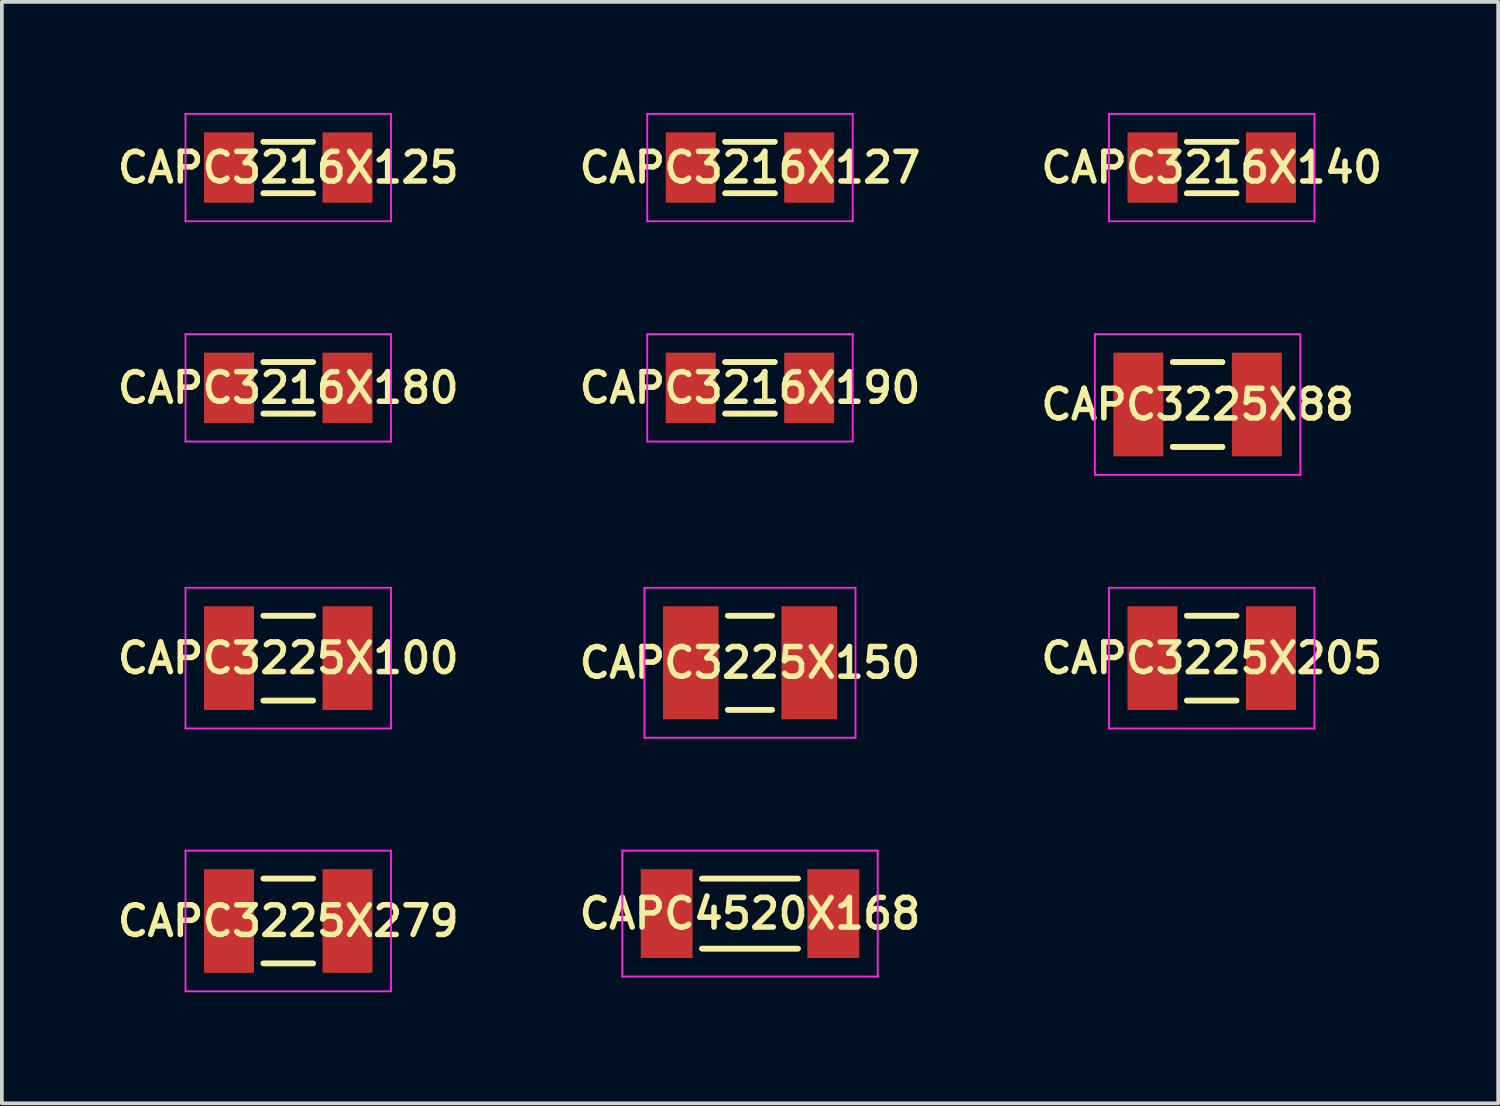
<source format=kicad_pcb>
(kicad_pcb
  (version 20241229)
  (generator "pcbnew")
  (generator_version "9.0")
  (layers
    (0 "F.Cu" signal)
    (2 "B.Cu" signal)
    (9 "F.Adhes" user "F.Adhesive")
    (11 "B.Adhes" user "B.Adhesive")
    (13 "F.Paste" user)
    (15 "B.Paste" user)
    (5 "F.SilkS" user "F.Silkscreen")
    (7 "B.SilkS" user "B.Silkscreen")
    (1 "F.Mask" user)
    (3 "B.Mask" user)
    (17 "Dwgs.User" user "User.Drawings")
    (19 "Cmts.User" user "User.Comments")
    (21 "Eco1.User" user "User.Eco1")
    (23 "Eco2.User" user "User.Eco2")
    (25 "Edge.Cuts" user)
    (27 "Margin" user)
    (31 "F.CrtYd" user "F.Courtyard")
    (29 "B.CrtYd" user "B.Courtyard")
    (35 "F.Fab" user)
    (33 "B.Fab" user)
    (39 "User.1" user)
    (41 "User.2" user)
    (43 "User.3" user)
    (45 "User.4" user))
  (footprint "CAPC3216X127"
    (layer "F.Cu")
    (at 17.206 1.475)
    (property "Reference" "CAPC3216X127" (at 0 0 0) (layer "F.SilkS") (effects (font (size 0.8 0.8) (thickness 0.15))))
    (attr smd)
    (fp_line (start -0.671 -0.696) (end 0.671 -0.696) (stroke (width 0.15) (type solid)) (layer "F.SilkS"))
    (fp_line (start -0.671 0.696) (end 0.671 0.696) (stroke (width 0.15) (type solid)) (layer "F.SilkS"))
    (fp_line (start 0.671 -0.696) (end -0.671 -0.696) (stroke (width 0.15) (type solid)) (layer "F.SilkS"))
    (fp_line (start 0.671 0.696) (end -0.671 0.696) (stroke (width 0.15) (type solid)) (layer "F.SilkS"))
    (fp_line (start -2.775 -1.45) (end 2.775 -1.45) (stroke (width 0.05) (type solid)) (layer "F.CrtYd"))
    (fp_line (start -2.775 1.45) (end -2.775 -1.45) (stroke (width 0.05) (type solid)) (layer "F.CrtYd"))
    (fp_line (start 2.775 -1.45) (end 2.775 1.45) (stroke (width 0.05) (type solid)) (layer "F.CrtYd"))
    (fp_line (start 2.775 1.45) (end -2.775 1.45) (stroke (width 0.05) (type solid)) (layer "F.CrtYd"))
    (pad "1" smd rect (at -1.6 0) (size 1.35 1.9) (layers "F.Cu" "F.Mask" "F.Paste"))
    (pad "2" smd rect (at 1.6 0) (size 1.35 1.9) (layers "F.Cu" "F.Mask" "F.Paste")))
  (footprint "CAPC3216X190"
    (layer "F.Cu")
    (at 17.206 7.425)
    (property "Reference" "CAPC3216X190" (at 0 0 0) (layer "F.SilkS") (effects (font (size 0.8 0.8) (thickness 0.15))))
    (attr smd)
    (fp_line (start -0.671 -0.696) (end 0.671 -0.696) (stroke (width 0.15) (type solid)) (layer "F.SilkS"))
    (fp_line (start -0.671 0.696) (end 0.671 0.696) (stroke (width 0.15) (type solid)) (layer "F.SilkS"))
    (fp_line (start 0.671 -0.696) (end -0.671 -0.696) (stroke (width 0.15) (type solid)) (layer "F.SilkS"))
    (fp_line (start 0.671 0.696) (end -0.671 0.696) (stroke (width 0.15) (type solid)) (layer "F.SilkS"))
    (fp_line (start -2.775 -1.45) (end 2.775 -1.45) (stroke (width 0.05) (type solid)) (layer "F.CrtYd"))
    (fp_line (start -2.775 1.45) (end -2.775 -1.45) (stroke (width 0.05) (type solid)) (layer "F.CrtYd"))
    (fp_line (start 2.775 -1.45) (end 2.775 1.45) (stroke (width 0.05) (type solid)) (layer "F.CrtYd"))
    (fp_line (start 2.775 1.45) (end -2.775 1.45) (stroke (width 0.05) (type solid)) (layer "F.CrtYd"))
    (pad "1" smd rect (at -1.6 0) (size 1.35 1.9) (layers "F.Cu" "F.Mask" "F.Paste"))
    (pad "2" smd rect (at 1.6 0) (size 1.35 1.9) (layers "F.Cu" "F.Mask" "F.Paste")))
  (footprint "CAPC3225X205"
    (layer "F.Cu")
    (at 29.677 14.725)
    (property "Reference" "CAPC3225X205" (at 0 0 0) (layer "F.SilkS") (effects (font (size 0.8 0.8) (thickness 0.15))))
    (attr smd)
    (fp_line (start -0.671 -1.146) (end 0.671 -1.146) (stroke (width 0.15) (type solid)) (layer "F.SilkS"))
    (fp_line (start -0.671 1.146) (end 0.671 1.146) (stroke (width 0.15) (type solid)) (layer "F.SilkS"))
    (fp_line (start 0.671 -1.146) (end -0.671 -1.146) (stroke (width 0.15) (type solid)) (layer "F.SilkS"))
    (fp_line (start 0.671 1.146) (end -0.671 1.146) (stroke (width 0.15) (type solid)) (layer "F.SilkS"))
    (fp_line (start -2.775 -1.9) (end 2.775 -1.9) (stroke (width 0.05) (type solid)) (layer "F.CrtYd"))
    (fp_line (start -2.775 1.9) (end -2.775 -1.9) (stroke (width 0.05) (type solid)) (layer "F.CrtYd"))
    (fp_line (start 2.775 -1.9) (end 2.775 1.9) (stroke (width 0.05) (type solid)) (layer "F.CrtYd"))
    (fp_line (start 2.775 1.9) (end -2.775 1.9) (stroke (width 0.05) (type solid)) (layer "F.CrtYd"))
    (pad "1" smd rect (at -1.6 0) (size 1.35 2.8) (layers "F.Cu" "F.Mask" "F.Paste"))
    (pad "2" smd rect (at 1.6 0) (size 1.35 2.8) (layers "F.Cu" "F.Mask" "F.Paste")))
  (footprint "CAPC3216X180"
    (layer "F.Cu")
    (at 4.735 7.425)
    (property "Reference" "CAPC3216X180" (at 0 0 0) (layer "F.SilkS") (effects (font (size 0.8 0.8) (thickness 0.15))))
    (attr smd)
    (fp_line (start -0.671 -0.696) (end 0.671 -0.696) (stroke (width 0.15) (type solid)) (layer "F.SilkS"))
    (fp_line (start -0.671 0.696) (end 0.671 0.696) (stroke (width 0.15) (type solid)) (layer "F.SilkS"))
    (fp_line (start 0.671 -0.696) (end -0.671 -0.696) (stroke (width 0.15) (type solid)) (layer "F.SilkS"))
    (fp_line (start 0.671 0.696) (end -0.671 0.696) (stroke (width 0.15) (type solid)) (layer "F.SilkS"))
    (fp_line (start -2.775 -1.45) (end 2.775 -1.45) (stroke (width 0.05) (type solid)) (layer "F.CrtYd"))
    (fp_line (start -2.775 1.45) (end -2.775 -1.45) (stroke (width 0.05) (type solid)) (layer "F.CrtYd"))
    (fp_line (start 2.775 -1.45) (end 2.775 1.45) (stroke (width 0.05) (type solid)) (layer "F.CrtYd"))
    (fp_line (start 2.775 1.45) (end -2.775 1.45) (stroke (width 0.05) (type solid)) (layer "F.CrtYd"))
    (pad "1" smd rect (at -1.6 0) (size 1.35 1.9) (layers "F.Cu" "F.Mask" "F.Paste"))
    (pad "2" smd rect (at 1.6 0) (size 1.35 1.9) (layers "F.Cu" "F.Mask" "F.Paste")))
  (footprint "CAPC4520X168"
    (layer "F.Cu")
    (at 17.206 21.625)
    (property "Reference" "CAPC4520X168" (at 0 0 0) (layer "F.SilkS") (effects (font (size 0.8 0.8) (thickness 0.15))))
    (attr smd)
    (fp_line (start -1.296 -0.946) (end 1.296 -0.946) (stroke (width 0.15) (type solid)) (layer "F.SilkS"))
    (fp_line (start -1.296 0.946) (end 1.296 0.946) (stroke (width 0.15) (type solid)) (layer "F.SilkS"))
    (fp_line (start 1.296 -0.946) (end -1.296 -0.946) (stroke (width 0.15) (type solid)) (layer "F.SilkS"))
    (fp_line (start 1.296 0.946) (end -1.296 0.946) (stroke (width 0.15) (type solid)) (layer "F.SilkS"))
    (fp_line (start -3.45 -1.7) (end 3.45 -1.7) (stroke (width 0.05) (type solid)) (layer "F.CrtYd"))
    (fp_line (start -3.45 1.7) (end -3.45 -1.7) (stroke (width 0.05) (type solid)) (layer "F.CrtYd"))
    (fp_line (start 3.45 -1.7) (end 3.45 1.7) (stroke (width 0.05) (type solid)) (layer "F.CrtYd"))
    (fp_line (start 3.45 1.7) (end -3.45 1.7) (stroke (width 0.05) (type solid)) (layer "F.CrtYd"))
    (pad "1" smd rect (at -2.25 0) (size 1.4 2.4) (layers "F.Cu" "F.Mask" "F.Paste"))
    (pad "2" smd rect (at 2.25 0) (size 1.4 2.4) (layers "F.Cu" "F.Mask" "F.Paste")))
  (footprint "CAPC3216X125"
    (layer "F.Cu")
    (at 4.735 1.475)
    (property "Reference" "CAPC3216X125" (at 0 0 0) (layer "F.SilkS") (effects (font (size 0.8 0.8) (thickness 0.15))))
    (attr smd)
    (fp_line (start -0.671 -0.696) (end 0.671 -0.696) (stroke (width 0.15) (type solid)) (layer "F.SilkS"))
    (fp_line (start -0.671 0.696) (end 0.671 0.696) (stroke (width 0.15) (type solid)) (layer "F.SilkS"))
    (fp_line (start 0.671 -0.696) (end -0.671 -0.696) (stroke (width 0.15) (type solid)) (layer "F.SilkS"))
    (fp_line (start 0.671 0.696) (end -0.671 0.696) (stroke (width 0.15) (type solid)) (layer "F.SilkS"))
    (fp_line (start -2.775 -1.45) (end 2.775 -1.45) (stroke (width 0.05) (type solid)) (layer "F.CrtYd"))
    (fp_line (start -2.775 1.45) (end -2.775 -1.45) (stroke (width 0.05) (type solid)) (layer "F.CrtYd"))
    (fp_line (start 2.775 -1.45) (end 2.775 1.45) (stroke (width 0.05) (type solid)) (layer "F.CrtYd"))
    (fp_line (start 2.775 1.45) (end -2.775 1.45) (stroke (width 0.05) (type solid)) (layer "F.CrtYd"))
    (pad "1" smd rect (at -1.6 0) (size 1.35 1.9) (layers "F.Cu" "F.Mask" "F.Paste"))
    (pad "2" smd rect (at 1.6 0) (size 1.35 1.9) (layers "F.Cu" "F.Mask" "F.Paste")))
  (footprint "CAPC3225X150"
    (layer "F.Cu")
    (at 17.206 14.85)
    (property "Reference" "CAPC3225X150" (at 0 0 0) (layer "F.SilkS") (effects (font (size 0.8 0.8) (thickness 0.15))))
    (attr smd)
    (fp_line (start -0.596 -1.271) (end 0.596 -1.271) (stroke (width 0.15) (type solid)) (layer "F.SilkS"))
    (fp_line (start -0.596 1.271) (end 0.596 1.271) (stroke (width 0.15) (type solid)) (layer "F.SilkS"))
    (fp_line (start 0.596 -1.271) (end -0.596 -1.271) (stroke (width 0.15) (type solid)) (layer "F.SilkS"))
    (fp_line (start 0.596 1.271) (end -0.596 1.271) (stroke (width 0.15) (type solid)) (layer "F.SilkS"))
    (fp_line (start -2.85 -2.025) (end 2.85 -2.025) (stroke (width 0.05) (type solid)) (layer "F.CrtYd"))
    (fp_line (start -2.85 2.025) (end -2.85 -2.025) (stroke (width 0.05) (type solid)) (layer "F.CrtYd"))
    (fp_line (start 2.85 -2.025) (end 2.85 2.025) (stroke (width 0.05) (type solid)) (layer "F.CrtYd"))
    (fp_line (start 2.85 2.025) (end -2.85 2.025) (stroke (width 0.05) (type solid)) (layer "F.CrtYd"))
    (pad "1" smd rect (at -1.6 0) (size 1.5 3.05) (layers "F.Cu" "F.Mask" "F.Paste"))
    (pad "2" smd rect (at 1.6 0) (size 1.5 3.05) (layers "F.Cu" "F.Mask" "F.Paste")))
  (footprint "CAPC3225X100"
    (layer "F.Cu")
    (at 4.735 14.725)
    (property "Reference" "CAPC3225X100" (at 0 0 0) (layer "F.SilkS") (effects (font (size 0.8 0.8) (thickness 0.15))))
    (attr smd)
    (fp_line (start -0.671 -1.146) (end 0.671 -1.146) (stroke (width 0.15) (type solid)) (layer "F.SilkS"))
    (fp_line (start -0.671 1.146) (end 0.671 1.146) (stroke (width 0.15) (type solid)) (layer "F.SilkS"))
    (fp_line (start 0.671 -1.146) (end -0.671 -1.146) (stroke (width 0.15) (type solid)) (layer "F.SilkS"))
    (fp_line (start 0.671 1.146) (end -0.671 1.146) (stroke (width 0.15) (type solid)) (layer "F.SilkS"))
    (fp_line (start -2.775 -1.9) (end 2.775 -1.9) (stroke (width 0.05) (type solid)) (layer "F.CrtYd"))
    (fp_line (start -2.775 1.9) (end -2.775 -1.9) (stroke (width 0.05) (type solid)) (layer "F.CrtYd"))
    (fp_line (start 2.775 -1.9) (end 2.775 1.9) (stroke (width 0.05) (type solid)) (layer "F.CrtYd"))
    (fp_line (start 2.775 1.9) (end -2.775 1.9) (stroke (width 0.05) (type solid)) (layer "F.CrtYd"))
    (pad "1" smd rect (at -1.6 0) (size 1.35 2.8) (layers "F.Cu" "F.Mask" "F.Paste"))
    (pad "2" smd rect (at 1.6 0) (size 1.35 2.8) (layers "F.Cu" "F.Mask" "F.Paste")))
  (footprint "CAPC3225X88"
    (layer "F.Cu")
    (at 29.296 7.875)
    (property "Reference" "CAPC3225X88" (at 0 0 0) (layer "F.SilkS") (effects (font (size 0.8 0.8) (thickness 0.15))))
    (attr smd)
    (fp_line (start -0.671 -1.146) (end 0.671 -1.146) (stroke (width 0.15) (type solid)) (layer "F.SilkS"))
    (fp_line (start -0.671 1.146) (end 0.671 1.146) (stroke (width 0.15) (type solid)) (layer "F.SilkS"))
    (fp_line (start 0.671 -1.146) (end -0.671 -1.146) (stroke (width 0.15) (type solid)) (layer "F.SilkS"))
    (fp_line (start 0.671 1.146) (end -0.671 1.146) (stroke (width 0.15) (type solid)) (layer "F.SilkS"))
    (fp_line (start -2.775 -1.9) (end 2.775 -1.9) (stroke (width 0.05) (type solid)) (layer "F.CrtYd"))
    (fp_line (start -2.775 1.9) (end -2.775 -1.9) (stroke (width 0.05) (type solid)) (layer "F.CrtYd"))
    (fp_line (start 2.775 -1.9) (end 2.775 1.9) (stroke (width 0.05) (type solid)) (layer "F.CrtYd"))
    (fp_line (start 2.775 1.9) (end -2.775 1.9) (stroke (width 0.05) (type solid)) (layer "F.CrtYd"))
    (pad "1" smd rect (at -1.6 0) (size 1.35 2.8) (layers "F.Cu" "F.Mask" "F.Paste"))
    (pad "2" smd rect (at 1.6 0) (size 1.35 2.8) (layers "F.Cu" "F.Mask" "F.Paste")))
  (footprint "CAPC3216X140"
    (layer "F.Cu")
    (at 29.677 1.475)
    (property "Reference" "CAPC3216X140" (at 0 0 0) (layer "F.SilkS") (effects (font (size 0.8 0.8) (thickness 0.15))))
    (attr smd)
    (fp_line (start -0.671 -0.696) (end 0.671 -0.696) (stroke (width 0.15) (type solid)) (layer "F.SilkS"))
    (fp_line (start -0.671 0.696) (end 0.671 0.696) (stroke (width 0.15) (type solid)) (layer "F.SilkS"))
    (fp_line (start 0.671 -0.696) (end -0.671 -0.696) (stroke (width 0.15) (type solid)) (layer "F.SilkS"))
    (fp_line (start 0.671 0.696) (end -0.671 0.696) (stroke (width 0.15) (type solid)) (layer "F.SilkS"))
    (fp_line (start -2.775 -1.45) (end 2.775 -1.45) (stroke (width 0.05) (type solid)) (layer "F.CrtYd"))
    (fp_line (start -2.775 1.45) (end -2.775 -1.45) (stroke (width 0.05) (type solid)) (layer "F.CrtYd"))
    (fp_line (start 2.775 -1.45) (end 2.775 1.45) (stroke (width 0.05) (type solid)) (layer "F.CrtYd"))
    (fp_line (start 2.775 1.45) (end -2.775 1.45) (stroke (width 0.05) (type solid)) (layer "F.CrtYd"))
    (pad "1" smd rect (at -1.6 0) (size 1.35 1.9) (layers "F.Cu" "F.Mask" "F.Paste"))
    (pad "2" smd rect (at 1.6 0) (size 1.35 1.9) (layers "F.Cu" "F.Mask" "F.Paste")))
  (footprint "CAPC3225X279"
    (layer "F.Cu")
    (at 4.735 21.825)
    (property "Reference" "CAPC3225X279" (at 0 0 0) (layer "F.SilkS") (effects (font (size 0.8 0.8) (thickness 0.15))))
    (attr smd)
    (fp_line (start -0.671 -1.146) (end 0.671 -1.146) (stroke (width 0.15) (type solid)) (layer "F.SilkS"))
    (fp_line (start -0.671 1.146) (end 0.671 1.146) (stroke (width 0.15) (type solid)) (layer "F.SilkS"))
    (fp_line (start 0.671 -1.146) (end -0.671 -1.146) (stroke (width 0.15) (type solid)) (layer "F.SilkS"))
    (fp_line (start 0.671 1.146) (end -0.671 1.146) (stroke (width 0.15) (type solid)) (layer "F.SilkS"))
    (fp_line (start -2.775 -1.9) (end 2.775 -1.9) (stroke (width 0.05) (type solid)) (layer "F.CrtYd"))
    (fp_line (start -2.775 1.9) (end -2.775 -1.9) (stroke (width 0.05) (type solid)) (layer "F.CrtYd"))
    (fp_line (start 2.775 -1.9) (end 2.775 1.9) (stroke (width 0.05) (type solid)) (layer "F.CrtYd"))
    (fp_line (start 2.775 1.9) (end -2.775 1.9) (stroke (width 0.05) (type solid)) (layer "F.CrtYd"))
    (pad "1" smd rect (at -1.6 0) (size 1.35 2.8) (layers "F.Cu" "F.Mask" "F.Paste"))
    (pad "2" smd rect (at 1.6 0) (size 1.35 2.8) (layers "F.Cu" "F.Mask" "F.Paste")))
  (gr_rect
    (start -3 -3)
    (end 37.413 26.75)
    (stroke (width 0.1) (type default))
    (fill no)
    (layer "Edge.Cuts")))
</source>
